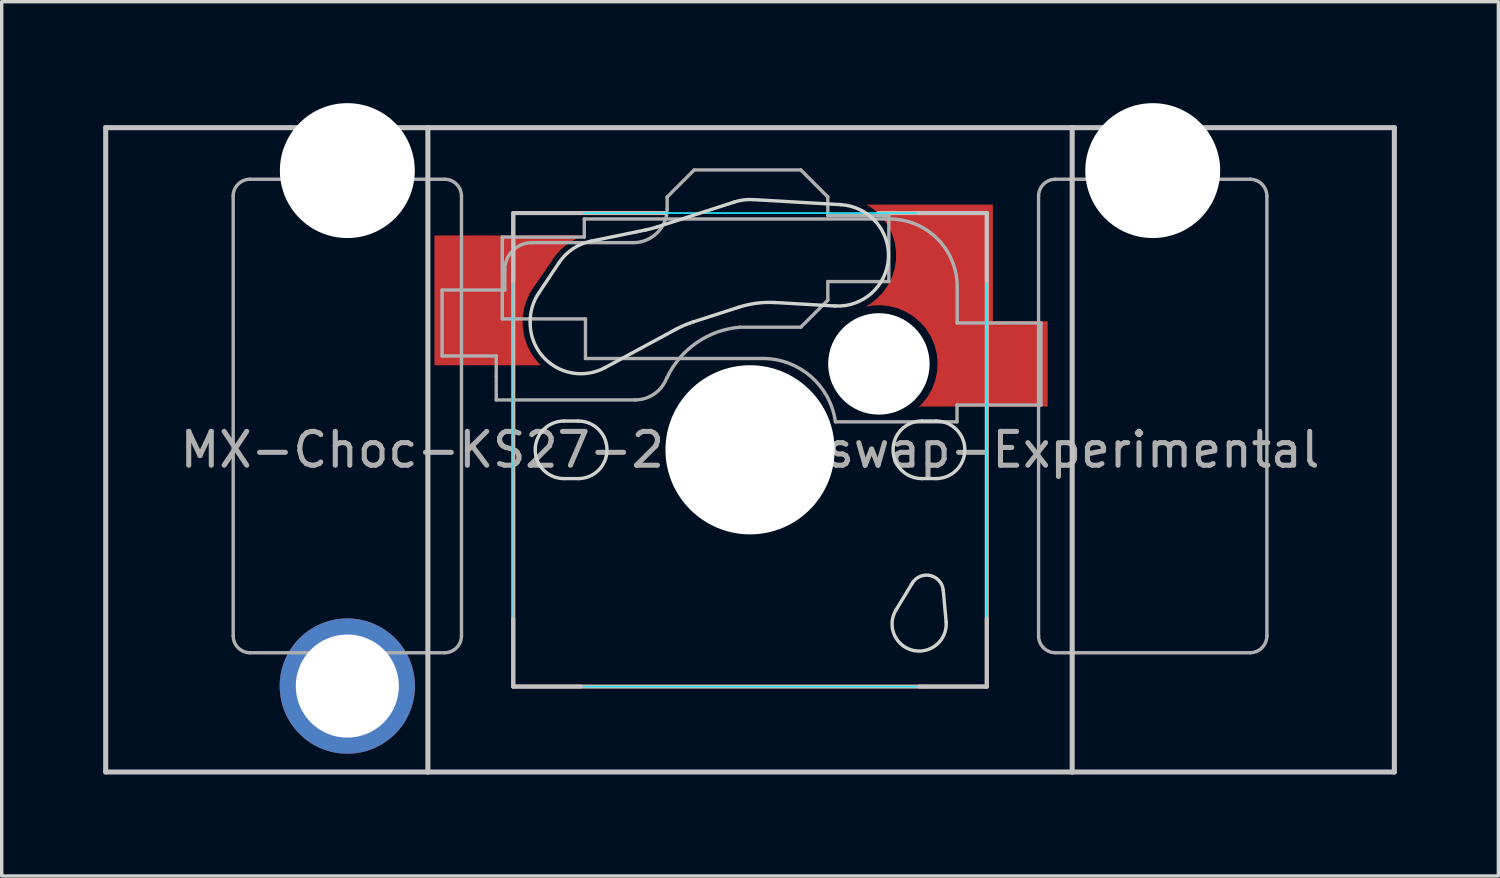
<source format=kicad_pcb>
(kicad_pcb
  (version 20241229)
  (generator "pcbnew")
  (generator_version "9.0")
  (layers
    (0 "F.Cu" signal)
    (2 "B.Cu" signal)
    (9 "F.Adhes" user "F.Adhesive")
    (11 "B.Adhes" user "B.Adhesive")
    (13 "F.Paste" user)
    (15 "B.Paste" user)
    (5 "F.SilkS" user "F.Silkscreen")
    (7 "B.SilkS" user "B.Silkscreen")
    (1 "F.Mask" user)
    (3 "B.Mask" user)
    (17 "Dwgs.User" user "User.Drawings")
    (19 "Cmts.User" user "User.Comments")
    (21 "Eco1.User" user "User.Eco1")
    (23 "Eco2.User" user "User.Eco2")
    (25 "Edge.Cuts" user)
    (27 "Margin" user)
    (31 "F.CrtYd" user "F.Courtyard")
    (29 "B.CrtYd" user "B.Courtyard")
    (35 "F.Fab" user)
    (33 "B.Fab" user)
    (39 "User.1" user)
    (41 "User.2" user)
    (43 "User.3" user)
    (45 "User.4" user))
  (footprint "MX-Choc-KS27-2U-Hotswap-Experimental"
    (layer "F.Cu")
    (at 19.125 10.249)
    (property "Reference" "MX-Choc-KS27-2U-Hotswap-Experimental" (at 0 0 0) (layer "F.Fab") (effects (font (size 1 1) (thickness 0.15))))
    (attr smd)
    (fp_line (start -7 -7) (end -2.5 -7) (stroke (width 0.12) (type default)) (layer "B.SilkS"))
    (fp_line (start -7 7) (end -7 -7) (stroke (width 0.12) (type default)) (layer "B.SilkS"))
    (fp_line (start 3.8 -7) (end 7 -7) (stroke (width 0.12) (type default)) (layer "B.SilkS"))
    (fp_line (start 7 -7) (end 7 7) (stroke (width 0.12) (type default)) (layer "B.SilkS"))
    (fp_line (start 7 7) (end -7 7) (stroke (width 0.12) (type default)) (layer "B.SilkS"))
    (fp_line (start -19.05 -9.525) (end -9.525 -9.525) (stroke (width 0.15) (type solid)) (layer "Dwgs.User"))
    (fp_line (start -19.05 9.525) (end -19.05 -9.525) (stroke (width 0.15) (type solid)) (layer "Dwgs.User"))
    (fp_line (start -9.525 -9.525) (end -9.525 9.525) (stroke (width 0.15) (type solid)) (layer "Dwgs.User"))
    (fp_line (start -9.525 9.525) (end -19.05 9.525) (stroke (width 0.15) (type solid)) (layer "Dwgs.User"))
    (fp_line (start -9.525 9.525) (end 9.525 9.525) (stroke (width 0.15) (type solid)) (layer "Dwgs.User"))
    (fp_line (start -7 -7) (end -7 -5) (stroke (width 0.12) (type solid)) (layer "Dwgs.User"))
    (fp_line (start -7 7) (end -7 5) (stroke (width 0.12) (type solid)) (layer "Dwgs.User"))
    (fp_line (start -5 -7) (end -7 -7) (stroke (width 0.12) (type solid)) (layer "Dwgs.User"))
    (fp_line (start -5 7) (end -7 7) (stroke (width 0.12) (type solid)) (layer "Dwgs.User"))
    (fp_line (start 5 -7) (end 7 -7) (stroke (width 0.12) (type solid)) (layer "Dwgs.User"))
    (fp_line (start 7 -7) (end 7 -5) (stroke (width 0.12) (type solid)) (layer "Dwgs.User"))
    (fp_line (start 7 5) (end 7 7) (stroke (width 0.12) (type solid)) (layer "Dwgs.User"))
    (fp_line (start 7 7) (end 5 7) (stroke (width 0.12) (type solid)) (layer "Dwgs.User"))
    (fp_line (start 9.525 -9.525) (end -9.525 -9.525) (stroke (width 0.15) (type solid)) (layer "Dwgs.User"))
    (fp_line (start 9.525 -9.525) (end 19.05 -9.525) (stroke (width 0.15) (type solid)) (layer "Dwgs.User"))
    (fp_line (start 9.525 9.525) (end 9.525 -9.525) (stroke (width 0.15) (type solid)) (layer "Dwgs.User"))
    (fp_line (start 19.05 -9.525) (end 19.05 9.525) (stroke (width 0.15) (type solid)) (layer "Dwgs.User"))
    (fp_line (start 19.05 9.525) (end 9.525 9.525) (stroke (width 0.15) (type solid)) (layer "Dwgs.User"))
    (fp_line (start -6.248 -4.632) (end -5.648 -5.532) (stroke (width 0.1) (type solid)) (layer "Edge.Cuts"))
    (fp_line (start -5.5 -0.851) (end -5.08 -0.851) (stroke (width 0.1) (type solid)) (layer "Edge.Cuts"))
    (fp_line (start -5.08 0.851) (end -5.5 0.851) (stroke (width 0.1) (type solid)) (layer "Edge.Cuts"))
    (fp_line (start -4.7 -6.17) (end -3.085 -6.5) (stroke (width 0.1) (type solid)) (layer "Edge.Cuts"))
    (fp_line (start -2.763 -6.584) (end -0.461 -7.327) (stroke (width 0.1) (type solid)) (layer "Edge.Cuts"))
    (fp_line (start -2.191 -3.564) (end -4.287 -2.43) (stroke (width 0.1) (type solid)) (layer "Edge.Cuts"))
    (fp_line (start -0.34 -4.214) (end -1.685 -3.78) (stroke (width 0.1) (type solid)) (layer "Edge.Cuts"))
    (fp_line (start 0.086 -7.398) (end 2.686 -7.248) (stroke (width 0.1) (type solid)) (layer "Edge.Cuts"))
    (fp_line (start 2.514 -4.252) (end 0.754 -4.354) (stroke (width 0.1) (type solid)) (layer "Edge.Cuts"))
    (fp_line (start 4.316 4.735) (end 4.797 3.943) (stroke (width 0.1) (type solid)) (layer "Edge.Cuts"))
    (fp_line (start 5.08 -0.851) (end 5.5 -0.851) (stroke (width 0.1) (type solid)) (layer "Edge.Cuts"))
    (fp_line (start 5.5 0.851) (end 5.08 0.851) (stroke (width 0.1) (type solid)) (layer "Edge.Cuts"))
    (fp_line (start 5.713 4.155) (end 5.797 5.078) (stroke (width 0.1) (type solid)) (layer "Edge.Cuts"))
    (fp_arc (start -6.499791 -3.77497) (mid -6.439215 -4.222681) (end -6.248077 -4.632047) (stroke (width 0.1) (type solid)) (layer "Edge.Cuts"))
    (fp_arc (start -5.648075 -5.53205) (mid -5.237225 -5.944609) (end -4.700233 -6.169646) (stroke (width 0.1) (type solid)) (layer "Edge.Cuts"))
    (fp_arc (start -5.499998 0.850901) (mid -6.350901 0.000001) (end -5.5 -0.850901) (stroke (width 0.1) (type solid)) (layer "Edge.Cuts"))
    (fp_arc (start -5.08 -0.850901) (mid -4.229099 0) (end -5.08 0.850899) (stroke (width 0.1) (type solid)) (layer "Edge.Cuts"))
    (fp_arc (start -4.286612 -2.4305) (mid -5.778786 -2.468011) (end -6.499791 -3.77497) (stroke (width 0.1) (type solid)) (layer "Edge.Cuts"))
    (fp_arc (start -2.763466 -6.584087) (mid -2.922881 -6.537456) (end -3.084632 -6.499714) (stroke (width 0.1) (type solid)) (layer "Edge.Cuts"))
    (fp_arc (start -2.190557 -3.563734) (mid -1.942953 -3.683279) (end -1.685444 -3.77965) (stroke (width 0.1) (type solid)) (layer "Edge.Cuts"))
    (fp_arc (start -0.460833 -7.327456) (mid -0.190467 -7.387853) (end 0.086395 -7.39751) (stroke (width 0.1) (type solid)) (layer "Edge.Cuts"))
    (fp_arc (start -0.340349 -4.213894) (mid 0.200382 -4.33469) (end 0.754105 -4.354) (stroke (width 0.1) (type solid)) (layer "Edge.Cuts"))
    (fp_arc (start 2.686397 -7.24751) (mid 4.09751 -5.663605) (end 2.513607 -4.25249) (stroke (width 0.1) (type solid)) (layer "Edge.Cuts"))
    (fp_arc (start 4.796547 3.943076) (mid 5.331744 3.71747) (end 5.713285 4.155374) (stroke (width 0.1) (type solid)) (layer "Edge.Cuts"))
    (fp_arc (start 5.08 0.850899) (mid 4.229101 0) (end 5.08 -0.850901) (stroke (width 0.1) (type solid)) (layer "Edge.Cuts"))
    (fp_arc (start 5.5 -0.850899) (mid 6.350899 0) (end 5.5 0.850899) (stroke (width 0.1) (type solid)) (layer "Edge.Cuts"))
    (fp_arc (start 5.796746 5.07792) (mid 4.819517 5.929375) (end 4.316042 4.735028) (stroke (width 0.1) (type solid)) (layer "Edge.Cuts"))
    (fp_rect (start 7 -7) (end -7 7) (stroke (width 0.05) (type solid)) (fill no) (layer "B.CrtYd"))
    (fp_line (start -15.28 5.5) (end -15.281 -7.5) (stroke (width 0.1) (type solid)) (layer "F.Fab"))
    (fp_line (start -9.104 -4.725) (end -9.104 -2.775) (stroke (width 0.1) (type solid)) (layer "F.Fab"))
    (fp_line (start -9.104 -2.775) (end -7.504 -2.775) (stroke (width 0.1) (type solid)) (layer "F.Fab"))
    (fp_line (start -9.031 -8) (end -14.781 -8) (stroke (width 0.1) (type solid)) (layer "F.Fab"))
    (fp_line (start -9.031 6) (end -14.78 6) (stroke (width 0.1) (type solid)) (layer "F.Fab"))
    (fp_line (start -8.531 5.5) (end -8.531 -7.5) (stroke (width 0.1) (type solid)) (layer "F.Fab"))
    (fp_line (start -7.504 -2.175) (end -7.504 -2.775) (stroke (width 0.1) (type solid)) (layer "F.Fab"))
    (fp_line (start -7.504 -1.475) (end -7.504 -2.175) (stroke (width 0.1) (type solid)) (layer "F.Fab"))
    (fp_line (start -7.504 -1.475) (end -3.4 -1.475) (stroke (width 0.1) (type solid)) (layer "F.Fab"))
    (fp_line (start -7.325 -6.29) (end -4.9 -6.29) (stroke (width 0.1) (type solid)) (layer "F.Fab"))
    (fp_line (start -7.325 -3.87) (end -7.325 -6.29) (stroke (width 0.1) (type solid)) (layer "F.Fab"))
    (fp_line (start -7.25 -5.325) (end -7.25 -4.725) (stroke (width 0.1) (type solid)) (layer "F.Fab"))
    (fp_line (start -7.25 -4.725) (end -9.104 -4.725) (stroke (width 0.1) (type solid)) (layer "F.Fab"))
    (fp_line (start -4.9 -6.825) (end -4.9 -6.29) (stroke (width 0.1) (type solid)) (layer "F.Fab"))
    (fp_line (start -4.865 -3.87) (end -7.325 -3.87) (stroke (width 0.1) (type solid)) (layer "F.Fab"))
    (fp_line (start -4.865 -3.87) (end -4.865 -2.7) (stroke (width 0.1) (type solid)) (layer "F.Fab"))
    (fp_line (start -4.865 -2.7) (end 0.35 -2.7) (stroke (width 0.1) (type solid)) (layer "F.Fab"))
    (fp_line (start -3.45 -6.125) (end -6.45 -6.125) (stroke (width 0.1) (type solid)) (layer "F.Fab"))
    (fp_line (start -2.45 -7.475) (end -2.45 -7.125) (stroke (width 0.1) (type solid)) (layer "F.Fab"))
    (fp_line (start -2.45 -7.475) (end -1.65 -8.275) (stroke (width 0.1) (type solid)) (layer "F.Fab"))
    (fp_line (start 1.5 -8.275) (end -1.65 -8.275) (stroke (width 0.1) (type solid)) (layer "F.Fab"))
    (fp_line (start 1.5 -3.625) (end -0.3 -3.625) (stroke (width 0.1) (type solid)) (layer "F.Fab"))
    (fp_line (start 1.5 -3.625) (end 2.3 -4.425) (stroke (width 0.1) (type solid)) (layer "F.Fab"))
    (fp_line (start 2.3 -7.475) (end 1.5 -8.275) (stroke (width 0.1) (type solid)) (layer "F.Fab"))
    (fp_line (start 2.3 -7.475) (end 2.3 -6.925) (stroke (width 0.1) (type solid)) (layer "F.Fab"))
    (fp_line (start 2.3 -4.975) (end 2.3 -4.425) (stroke (width 0.1) (type solid)) (layer "F.Fab"))
    (fp_line (start 4.085 -6.825) (end -4.9 -6.825) (stroke (width 0.1) (type solid)) (layer "F.Fab"))
    (fp_line (start 4.104 -6.925) (end 2.3 -6.925) (stroke (width 0.1) (type solid)) (layer "F.Fab"))
    (fp_line (start 4.104 -4.975) (end 2.3 -4.975) (stroke (width 0.1) (type solid)) (layer "F.Fab"))
    (fp_line (start 4.104 -4.975) (end 4.104 -6.925) (stroke (width 0.1) (type solid)) (layer "F.Fab"))
    (fp_line (start 6.12 -1.325) (end 6.12 -0.827) (stroke (width 0.1) (type solid)) (layer "F.Fab"))
    (fp_line (start 6.12 -0.827) (end 2.525 -0.827) (stroke (width 0.1) (type solid)) (layer "F.Fab"))
    (fp_line (start 6.125 -3.75) (end 6.125 -4.825) (stroke (width 0.1) (type solid)) (layer "F.Fab"))
    (fp_line (start 6.125 -3.75) (end 8.6 -3.75) (stroke (width 0.1) (type solid)) (layer "F.Fab"))
    (fp_line (start 8.531 5.5) (end 8.531 -7.5) (stroke (width 0.1) (type solid)) (layer "F.Fab"))
    (fp_line (start 8.6 -3.75) (end 8.6 -1.325) (stroke (width 0.1) (type solid)) (layer "F.Fab"))
    (fp_line (start 8.6 -1.325) (end 6.12 -1.325) (stroke (width 0.1) (type solid)) (layer "F.Fab"))
    (fp_line (start 14.781 -8) (end 9.031 -8) (stroke (width 0.1) (type solid)) (layer "F.Fab"))
    (fp_line (start 14.781 6) (end 9.031 6) (stroke (width 0.1) (type solid)) (layer "F.Fab"))
    (fp_line (start 15.281 5.5) (end 15.281 -7.5) (stroke (width 0.1) (type solid)) (layer "F.Fab"))
    (fp_arc (start -15.28125 -7.500001) (mid -15.134813 -7.853564) (end -14.78125 -8.000001) (stroke (width 0.1) (type solid)) (layer "F.Fab"))
    (fp_arc (start -14.780039 5.999999) (mid -15.133573 5.853533) (end -15.280039 5.499999) (stroke (width 0.1) (type solid)) (layer "F.Fab"))
    (fp_arc (start -9.03125 -8.000001) (mid -8.677722 -7.853529) (end -8.53125 -7.500001) (stroke (width 0.1) (type solid)) (layer "F.Fab"))
    (fp_arc (start -8.53125 5.499999) (mid -8.677685 5.853564) (end -9.03125 5.999999) (stroke (width 0.1) (type solid)) (layer "F.Fab"))
    (fp_arc (start -7.25 -5.325) (mid -7.015685 -5.890685) (end -6.45 -6.125) (stroke (width 0.1) (type solid)) (layer "F.Fab"))
    (fp_arc (start -2.460307 -2.13298) (mid -2.826423 -1.655848) (end -3.4 -1.475) (stroke (width 0.1) (type solid)) (layer "F.Fab"))
    (fp_arc (start -2.455444 -2.13293) (mid -1.577271 -3.167234) (end -0.299999 -3.624999) (stroke (width 0.1) (type solid)) (layer "F.Fab"))
    (fp_arc (start -2.45 -7.125) (mid -2.742893 -6.417893) (end -3.45 -6.125) (stroke (width 0.1) (type solid)) (layer "F.Fab"))
    (fp_arc (start 0.375001 -2.7) (mid 1.800989 -2.166216) (end 2.525 -0.826741) (stroke (width 0.1) (type solid)) (layer "F.Fab"))
    (fp_arc (start 4.125 -6.82478) (mid 5.539206 -6.238992) (end 6.125 -4.82478) (stroke (width 0.1) (type solid)) (layer "F.Fab"))
    (fp_arc (start 8.53125 -7.500001) (mid 8.677688 -7.853563) (end 9.03125 -8.000001) (stroke (width 0.1) (type solid)) (layer "F.Fab"))
    (fp_arc (start 9.03125 5.999999) (mid 8.677701 5.853548) (end 8.53125 5.499999) (stroke (width 0.1) (type solid)) (layer "F.Fab"))
    (fp_arc (start 14.78125 -8.000001) (mid 15.1348 -7.853551) (end 15.28125 -7.500001) (stroke (width 0.1) (type solid)) (layer "F.Fab"))
    (fp_arc (start 15.28125 5.499999) (mid 15.134793 5.853542) (end 14.78125 5.999999) (stroke (width 0.1) (type solid)) (layer "F.Fab"))
    (pad "" np_thru_hole circle (at -11.906 -8.255 180) (size 3.988 3.988) (drill 3.988) (layers "*.Cu" "*.Mask"))
    (pad "" thru_hole circle (at -11.906 6.985 180) (size 4 4) (drill 3.048) (layers "*.Cu" "*.Mask"))
    (pad "" np_thru_hole circle (at 0 0 180) (size 5 5) (drill 5) (layers "*.Cu" "*.Mask"))
    (pad "" np_thru_hole circle (at 3.81 -2.54) (size 3 3) (drill 3) (layers "*.Cu" "*.Mask"))
    (pad "" np_thru_hole circle (at 11.906 -8.255 180) (size 3.988 3.988) (drill 3.988) (layers "*.Cu" "*.Mask"))
    (pad "1" smd custom (at 5.85 -5.19) (size 1 1) (layers "F.Cu" "F.Mask" "F.Paste") (options (anchor rect)) (primitives (gr_poly (pts (xy -2.41 -2.06) (xy 1.33 -2.06) (xy 1.33 1.39) (xy 2.95 1.39) (xy 2.95 3.91) (xy -0.849 3.91) (xy -0.755 3.817) (xy -0.592 3.608) (xy -0.463 3.376) (xy -0.371 3.127) (xy -0.317 2.868) (xy -0.304 2.603) (xy -0.332 2.339) (xy -0.399 2.082) (xy -0.505 1.839) (xy -0.646 1.615) (xy -0.82 1.415) (xy -1.023 1.243) (xy -1.249 1.105) (xy -1.494 1.002) (xy -1.751 0.938) (xy -2.015 0.914) (xy -2.28 0.931) (xy -2.41 0.957) (xy -2.41 0.94) (xy -2.297 0.874) (xy -2.092 0.714) (xy -1.913 0.525) (xy -1.765 0.311) (xy -1.65 0.077) (xy -1.572 -0.172) (xy -1.533 -0.43) (xy -1.533 -0.69) (xy -1.572 -0.948) (xy -1.65 -1.197) (xy -1.765 -1.431) (xy -1.913 -1.645) (xy -2.092 -1.834) (xy -2.297 -1.994) (xy -2.41 -2.06)) (width 0) (fill yes))))
    (pad "2" smd custom (at -8 -5) (size 1 1) (layers "F.Cu" "F.Mask" "F.Paste") (options (anchor rect)) (primitives (gr_poly (pts (xy 1.28 1.2) (xy 1.282 1.078) (xy 1.317 0.836) (xy 1.385 0.601) (xy 1.487 0.378) (xy 1.551 0.274) (xy 2.17 -0.63) (xy 2.237 -0.73) (xy 2.396 -0.911) (xy 2.578 -1.069) (xy 2.78 -1.199) (xy 2.999 -1.3) (xy 3.113 -1.337) (xy -1.33 -1.337) (xy -1.33 2.5) (xy 1.82 2.5) (xy 1.72 2.402) (xy 1.55 2.179) (xy 1.419 1.932) (xy 1.329 1.666) (xy 1.284 1.39) (xy 1.281 1.25)) (width 0) (fill yes)))))
  (gr_rect
    (start -3 -3)
    (end 41.25 22.849)
    (stroke (width 0.1) (type default))
    (fill no)
    (layer "Edge.Cuts")))
</source>
